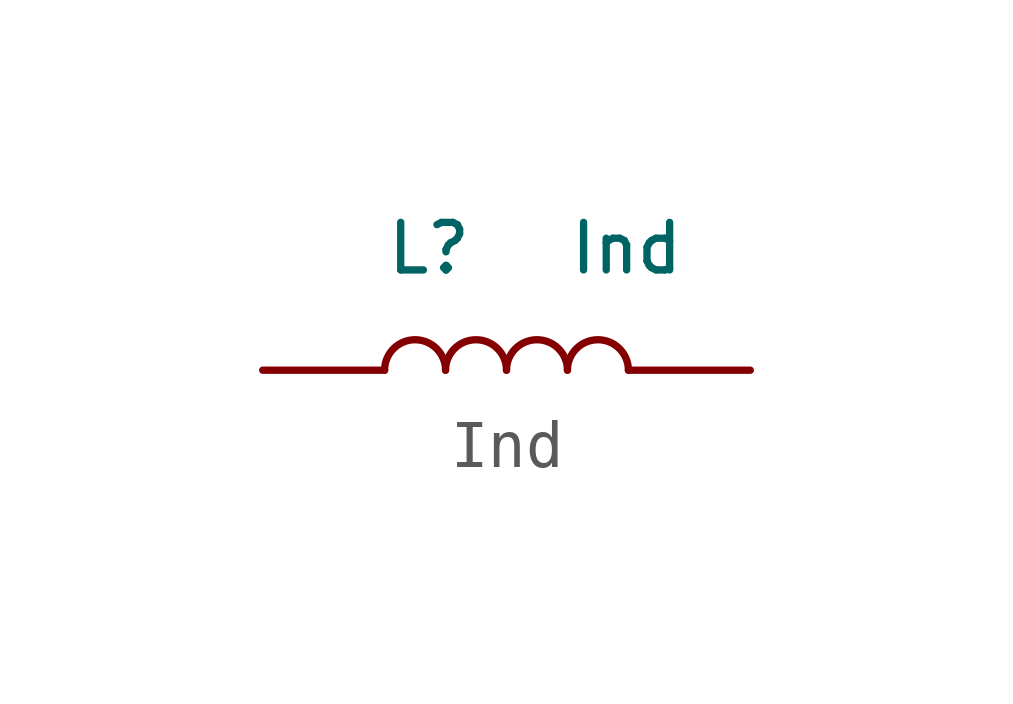
<source format=kicad_sym>
(kicad_symbol_lib
  (version 20220914)
  (generator kicad_symbol_editor)
  (symbol "Ind"
    (pin_numbers hide)
    (pin_names hide)
    (property "Reference" "L"
      (at -2.54 2.54 0)
      (effects (font (size 0.991 0.991)) (justify left)))
    (property "Value" "Ind"
      (at 1.27 2.54 0)
      (effects (font (size 0.991 0.991)) (justify left)))
    (symbol "Ind_0_1"
      (arc (start -1.27 0) (mid -1.905 0.6323) (end -2.54 0) (stroke (width 0) (type default)) (fill (type none)))
      (arc (start 0 0) (mid -0.635 0.6323) (end -1.27 0) (stroke (width 0) (type default)) (fill (type none)))
      (arc (start 1.27 0) (mid 0.635 0.6323) (end 0 0) (stroke (width 0) (type default)) (fill (type none)))
      (arc (start 2.54 0) (mid 1.905 0.6323) (end 1.27 0) (stroke (width 0) (type default)) (fill (type none))))
    (symbol "Ind_1_1"
      (pin passive line (at -5.08 0 0) (length 2.54) (name "1" (effects (font (size 1.27 1.27)))) (number "1" (effects (font (size 1.27 1.27)))))
      (pin passive line (at 5.08 0 180) (length 2.54) (name "2" (effects (font (size 1.27 1.27)))) (number "2" (effects (font (size 1.27 1.27))))))))
</source>
